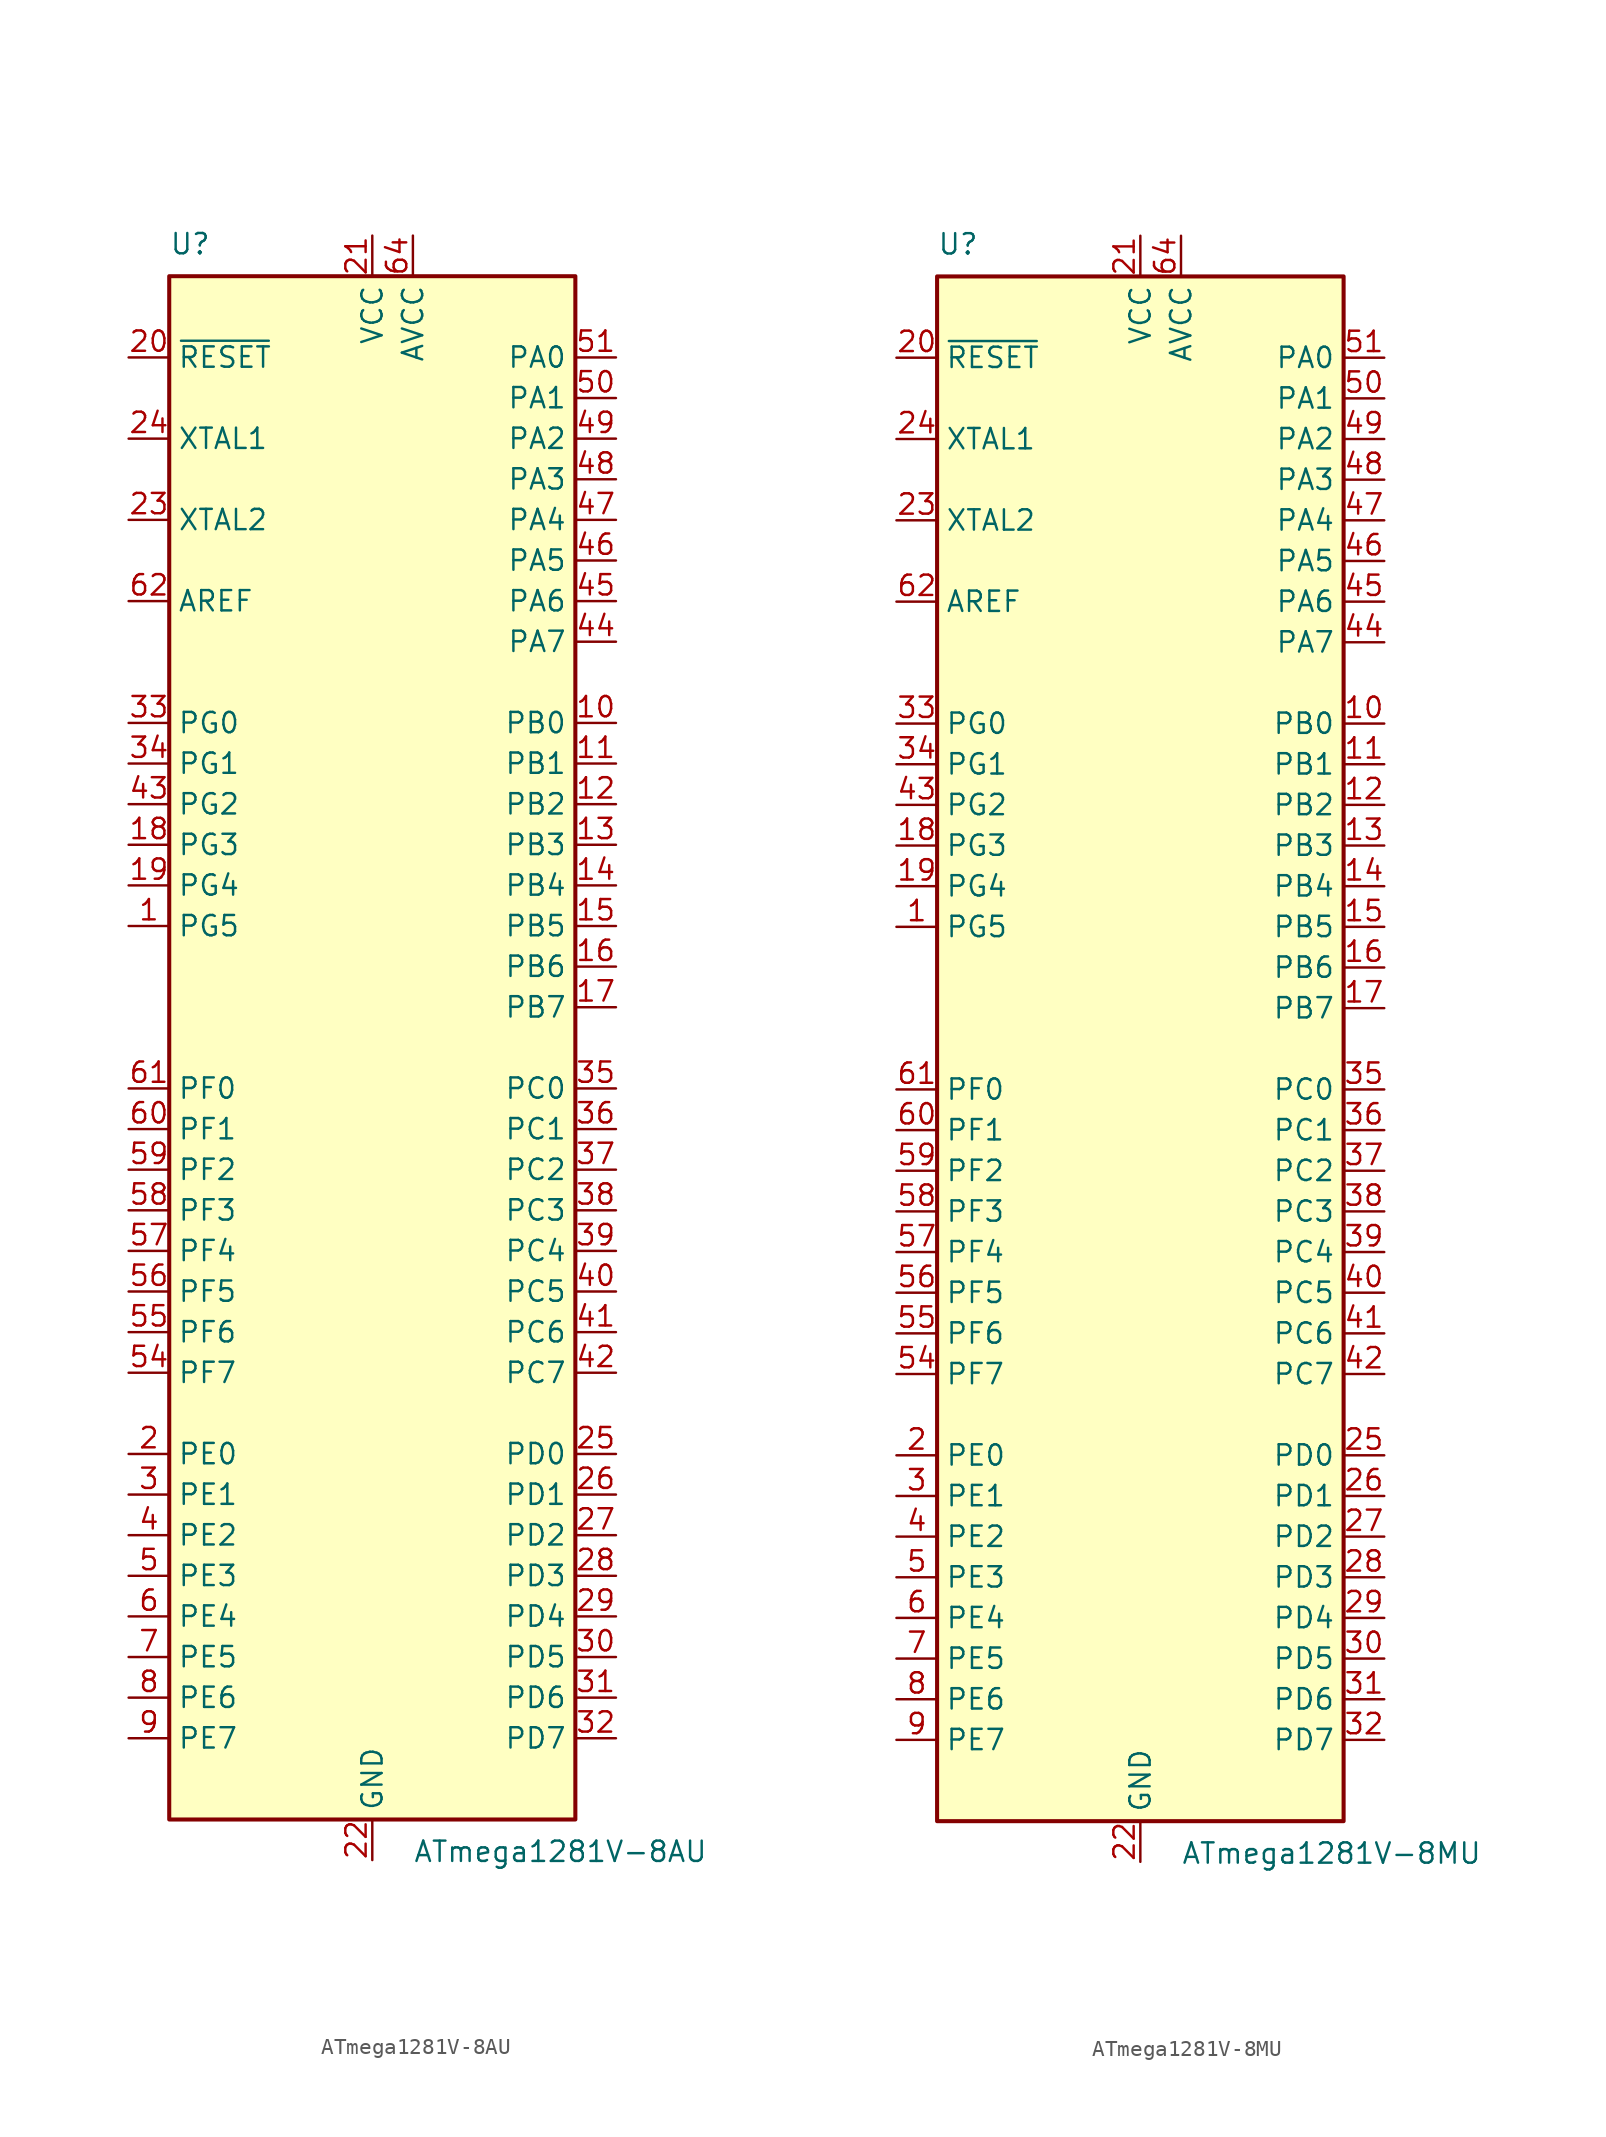
<source format=kicad_sym>
(kicad_symbol_lib
  (version 20211014)
  (generator kicad_symbol_editor)
  (symbol "ATmega1281V-8AU"
    (property "Reference" "U"
      (at -12.7 49.53 0)
      (effects (font (size 1.27 1.27)) (justify left bottom)))
    (property "Value" "ATmega1281V-8AU"
      (at 2.54 -49.53 0)
      (effects (font (size 1.27 1.27)) (justify left top)))
    (symbol "ATmega1281V-8AU_0_1"
      (rectangle (start -12.7 -48.26) (end 12.7 48.26) (stroke (width 0.254) (type default) (color 0 0 0 0)) (fill (type background))))
    (symbol "ATmega1281V-8AU_1_1"
      (pin bidirectional line (at -15.24 7.62 0) (length 2.54) (name "PG5" (effects (font (size 1.27 1.27)))) (number "1" (effects (font (size 1.27 1.27)))))
      (pin bidirectional line (at 15.24 20.32 180) (length 2.54) (name "PB0" (effects (font (size 1.27 1.27)))) (number "10" (effects (font (size 1.27 1.27)))))
      (pin bidirectional line (at 15.24 17.78 180) (length 2.54) (name "PB1" (effects (font (size 1.27 1.27)))) (number "11" (effects (font (size 1.27 1.27)))))
      (pin bidirectional line (at 15.24 15.24 180) (length 2.54) (name "PB2" (effects (font (size 1.27 1.27)))) (number "12" (effects (font (size 1.27 1.27)))))
      (pin bidirectional line (at 15.24 12.7 180) (length 2.54) (name "PB3" (effects (font (size 1.27 1.27)))) (number "13" (effects (font (size 1.27 1.27)))))
      (pin bidirectional line (at 15.24 10.16 180) (length 2.54) (name "PB4" (effects (font (size 1.27 1.27)))) (number "14" (effects (font (size 1.27 1.27)))))
      (pin bidirectional line (at 15.24 7.62 180) (length 2.54) (name "PB5" (effects (font (size 1.27 1.27)))) (number "15" (effects (font (size 1.27 1.27)))))
      (pin bidirectional line (at 15.24 5.08 180) (length 2.54) (name "PB6" (effects (font (size 1.27 1.27)))) (number "16" (effects (font (size 1.27 1.27)))))
      (pin bidirectional line (at 15.24 2.54 180) (length 2.54) (name "PB7" (effects (font (size 1.27 1.27)))) (number "17" (effects (font (size 1.27 1.27)))))
      (pin bidirectional line (at -15.24 12.7 0) (length 2.54) (name "PG3" (effects (font (size 1.27 1.27)))) (number "18" (effects (font (size 1.27 1.27)))))
      (pin bidirectional line (at -15.24 10.16 0) (length 2.54) (name "PG4" (effects (font (size 1.27 1.27)))) (number "19" (effects (font (size 1.27 1.27)))))
      (pin bidirectional line (at -15.24 -25.4 0) (length 2.54) (name "PE0" (effects (font (size 1.27 1.27)))) (number "2" (effects (font (size 1.27 1.27)))))
      (pin input line (at -15.24 43.18 0) (length 2.54) (name "~{RESET}" (effects (font (size 1.27 1.27)))) (number "20" (effects (font (size 1.27 1.27)))))
      (pin power_in line (at 0 50.8 270) (length 2.54) (name "VCC" (effects (font (size 1.27 1.27)))) (number "21" (effects (font (size 1.27 1.27)))))
      (pin power_in line (at 0 -50.8 90) (length 2.54) (name "GND" (effects (font (size 1.27 1.27)))) (number "22" (effects (font (size 1.27 1.27)))))
      (pin output line (at -15.24 33.02 0) (length 2.54) (name "XTAL2" (effects (font (size 1.27 1.27)))) (number "23" (effects (font (size 1.27 1.27)))))
      (pin input line (at -15.24 38.1 0) (length 2.54) (name "XTAL1" (effects (font (size 1.27 1.27)))) (number "24" (effects (font (size 1.27 1.27)))))
      (pin bidirectional line (at 15.24 -25.4 180) (length 2.54) (name "PD0" (effects (font (size 1.27 1.27)))) (number "25" (effects (font (size 1.27 1.27)))))
      (pin bidirectional line (at 15.24 -27.94 180) (length 2.54) (name "PD1" (effects (font (size 1.27 1.27)))) (number "26" (effects (font (size 1.27 1.27)))))
      (pin bidirectional line (at 15.24 -30.48 180) (length 2.54) (name "PD2" (effects (font (size 1.27 1.27)))) (number "27" (effects (font (size 1.27 1.27)))))
      (pin bidirectional line (at 15.24 -33.02 180) (length 2.54) (name "PD3" (effects (font (size 1.27 1.27)))) (number "28" (effects (font (size 1.27 1.27)))))
      (pin bidirectional line (at 15.24 -35.56 180) (length 2.54) (name "PD4" (effects (font (size 1.27 1.27)))) (number "29" (effects (font (size 1.27 1.27)))))
      (pin bidirectional line (at -15.24 -27.94 0) (length 2.54) (name "PE1" (effects (font (size 1.27 1.27)))) (number "3" (effects (font (size 1.27 1.27)))))
      (pin bidirectional line (at 15.24 -38.1 180) (length 2.54) (name "PD5" (effects (font (size 1.27 1.27)))) (number "30" (effects (font (size 1.27 1.27)))))
      (pin bidirectional line (at 15.24 -40.64 180) (length 2.54) (name "PD6" (effects (font (size 1.27 1.27)))) (number "31" (effects (font (size 1.27 1.27)))))
      (pin bidirectional line (at 15.24 -43.18 180) (length 2.54) (name "PD7" (effects (font (size 1.27 1.27)))) (number "32" (effects (font (size 1.27 1.27)))))
      (pin bidirectional line (at -15.24 20.32 0) (length 2.54) (name "PG0" (effects (font (size 1.27 1.27)))) (number "33" (effects (font (size 1.27 1.27)))))
      (pin bidirectional line (at -15.24 17.78 0) (length 2.54) (name "PG1" (effects (font (size 1.27 1.27)))) (number "34" (effects (font (size 1.27 1.27)))))
      (pin bidirectional line (at 15.24 -2.54 180) (length 2.54) (name "PC0" (effects (font (size 1.27 1.27)))) (number "35" (effects (font (size 1.27 1.27)))))
      (pin bidirectional line (at 15.24 -5.08 180) (length 2.54) (name "PC1" (effects (font (size 1.27 1.27)))) (number "36" (effects (font (size 1.27 1.27)))))
      (pin bidirectional line (at 15.24 -7.62 180) (length 2.54) (name "PC2" (effects (font (size 1.27 1.27)))) (number "37" (effects (font (size 1.27 1.27)))))
      (pin bidirectional line (at 15.24 -10.16 180) (length 2.54) (name "PC3" (effects (font (size 1.27 1.27)))) (number "38" (effects (font (size 1.27 1.27)))))
      (pin bidirectional line (at 15.24 -12.7 180) (length 2.54) (name "PC4" (effects (font (size 1.27 1.27)))) (number "39" (effects (font (size 1.27 1.27)))))
      (pin bidirectional line (at -15.24 -30.48 0) (length 2.54) (name "PE2" (effects (font (size 1.27 1.27)))) (number "4" (effects (font (size 1.27 1.27)))))
      (pin bidirectional line (at 15.24 -15.24 180) (length 2.54) (name "PC5" (effects (font (size 1.27 1.27)))) (number "40" (effects (font (size 1.27 1.27)))))
      (pin bidirectional line (at 15.24 -17.78 180) (length 2.54) (name "PC6" (effects (font (size 1.27 1.27)))) (number "41" (effects (font (size 1.27 1.27)))))
      (pin bidirectional line (at 15.24 -20.32 180) (length 2.54) (name "PC7" (effects (font (size 1.27 1.27)))) (number "42" (effects (font (size 1.27 1.27)))))
      (pin bidirectional line (at -15.24 15.24 0) (length 2.54) (name "PG2" (effects (font (size 1.27 1.27)))) (number "43" (effects (font (size 1.27 1.27)))))
      (pin bidirectional line (at 15.24 25.4 180) (length 2.54) (name "PA7" (effects (font (size 1.27 1.27)))) (number "44" (effects (font (size 1.27 1.27)))))
      (pin bidirectional line (at 15.24 27.94 180) (length 2.54) (name "PA6" (effects (font (size 1.27 1.27)))) (number "45" (effects (font (size 1.27 1.27)))))
      (pin bidirectional line (at 15.24 30.48 180) (length 2.54) (name "PA5" (effects (font (size 1.27 1.27)))) (number "46" (effects (font (size 1.27 1.27)))))
      (pin bidirectional line (at 15.24 33.02 180) (length 2.54) (name "PA4" (effects (font (size 1.27 1.27)))) (number "47" (effects (font (size 1.27 1.27)))))
      (pin bidirectional line (at 15.24 35.56 180) (length 2.54) (name "PA3" (effects (font (size 1.27 1.27)))) (number "48" (effects (font (size 1.27 1.27)))))
      (pin bidirectional line (at 15.24 38.1 180) (length 2.54) (name "PA2" (effects (font (size 1.27 1.27)))) (number "49" (effects (font (size 1.27 1.27)))))
      (pin bidirectional line (at -15.24 -33.02 0) (length 2.54) (name "PE3" (effects (font (size 1.27 1.27)))) (number "5" (effects (font (size 1.27 1.27)))))
      (pin bidirectional line (at 15.24 40.64 180) (length 2.54) (name "PA1" (effects (font (size 1.27 1.27)))) (number "50" (effects (font (size 1.27 1.27)))))
      (pin bidirectional line (at 15.24 43.18 180) (length 2.54) (name "PA0" (effects (font (size 1.27 1.27)))) (number "51" (effects (font (size 1.27 1.27)))))
      (pin passive line (at 0 50.8 270) (length 2.54) hide (name "VCC" (effects (font (size 1.27 1.27)))) (number "52" (effects (font (size 1.27 1.27)))))
      (pin passive line (at 0 -50.8 90) (length 2.54) hide (name "GND" (effects (font (size 1.27 1.27)))) (number "53" (effects (font (size 1.27 1.27)))))
      (pin bidirectional line (at -15.24 -20.32 0) (length 2.54) (name "PF7" (effects (font (size 1.27 1.27)))) (number "54" (effects (font (size 1.27 1.27)))))
      (pin bidirectional line (at -15.24 -17.78 0) (length 2.54) (name "PF6" (effects (font (size 1.27 1.27)))) (number "55" (effects (font (size 1.27 1.27)))))
      (pin bidirectional line (at -15.24 -15.24 0) (length 2.54) (name "PF5" (effects (font (size 1.27 1.27)))) (number "56" (effects (font (size 1.27 1.27)))))
      (pin bidirectional line (at -15.24 -12.7 0) (length 2.54) (name "PF4" (effects (font (size 1.27 1.27)))) (number "57" (effects (font (size 1.27 1.27)))))
      (pin bidirectional line (at -15.24 -10.16 0) (length 2.54) (name "PF3" (effects (font (size 1.27 1.27)))) (number "58" (effects (font (size 1.27 1.27)))))
      (pin bidirectional line (at -15.24 -7.62 0) (length 2.54) (name "PF2" (effects (font (size 1.27 1.27)))) (number "59" (effects (font (size 1.27 1.27)))))
      (pin bidirectional line (at -15.24 -35.56 0) (length 2.54) (name "PE4" (effects (font (size 1.27 1.27)))) (number "6" (effects (font (size 1.27 1.27)))))
      (pin bidirectional line (at -15.24 -5.08 0) (length 2.54) (name "PF1" (effects (font (size 1.27 1.27)))) (number "60" (effects (font (size 1.27 1.27)))))
      (pin bidirectional line (at -15.24 -2.54 0) (length 2.54) (name "PF0" (effects (font (size 1.27 1.27)))) (number "61" (effects (font (size 1.27 1.27)))))
      (pin passive line (at -15.24 27.94 0) (length 2.54) (name "AREF" (effects (font (size 1.27 1.27)))) (number "62" (effects (font (size 1.27 1.27)))))
      (pin passive line (at 0 -50.8 90) (length 2.54) hide (name "GND" (effects (font (size 1.27 1.27)))) (number "63" (effects (font (size 1.27 1.27)))))
      (pin power_in line (at 2.54 50.8 270) (length 2.54) (name "AVCC" (effects (font (size 1.27 1.27)))) (number "64" (effects (font (size 1.27 1.27)))))
      (pin bidirectional line (at -15.24 -38.1 0) (length 2.54) (name "PE5" (effects (font (size 1.27 1.27)))) (number "7" (effects (font (size 1.27 1.27)))))
      (pin bidirectional line (at -15.24 -40.64 0) (length 2.54) (name "PE6" (effects (font (size 1.27 1.27)))) (number "8" (effects (font (size 1.27 1.27)))))
      (pin bidirectional line (at -15.24 -43.18 0) (length 2.54) (name "PE7" (effects (font (size 1.27 1.27)))) (number "9" (effects (font (size 1.27 1.27)))))))
  (symbol "ATmega1281V-8MU"
    (property "Reference" "U"
      (at -12.7 49.53 0)
      (effects (font (size 1.27 1.27)) (justify left bottom)))
    (property "Value" "ATmega1281V-8MU"
      (at 2.54 -49.53 0)
      (effects (font (size 1.27 1.27)) (justify left top)))
    (symbol "ATmega1281V-8MU_0_1"
      (rectangle (start -12.7 -48.26) (end 12.7 48.26) (stroke (width 0.254) (type default) (color 0 0 0 0)) (fill (type background))))
    (symbol "ATmega1281V-8MU_1_1"
      (pin bidirectional line (at -15.24 7.62 0) (length 2.54) (name "PG5" (effects (font (size 1.27 1.27)))) (number "1" (effects (font (size 1.27 1.27)))))
      (pin bidirectional line (at 15.24 20.32 180) (length 2.54) (name "PB0" (effects (font (size 1.27 1.27)))) (number "10" (effects (font (size 1.27 1.27)))))
      (pin bidirectional line (at 15.24 17.78 180) (length 2.54) (name "PB1" (effects (font (size 1.27 1.27)))) (number "11" (effects (font (size 1.27 1.27)))))
      (pin bidirectional line (at 15.24 15.24 180) (length 2.54) (name "PB2" (effects (font (size 1.27 1.27)))) (number "12" (effects (font (size 1.27 1.27)))))
      (pin bidirectional line (at 15.24 12.7 180) (length 2.54) (name "PB3" (effects (font (size 1.27 1.27)))) (number "13" (effects (font (size 1.27 1.27)))))
      (pin bidirectional line (at 15.24 10.16 180) (length 2.54) (name "PB4" (effects (font (size 1.27 1.27)))) (number "14" (effects (font (size 1.27 1.27)))))
      (pin bidirectional line (at 15.24 7.62 180) (length 2.54) (name "PB5" (effects (font (size 1.27 1.27)))) (number "15" (effects (font (size 1.27 1.27)))))
      (pin bidirectional line (at 15.24 5.08 180) (length 2.54) (name "PB6" (effects (font (size 1.27 1.27)))) (number "16" (effects (font (size 1.27 1.27)))))
      (pin bidirectional line (at 15.24 2.54 180) (length 2.54) (name "PB7" (effects (font (size 1.27 1.27)))) (number "17" (effects (font (size 1.27 1.27)))))
      (pin bidirectional line (at -15.24 12.7 0) (length 2.54) (name "PG3" (effects (font (size 1.27 1.27)))) (number "18" (effects (font (size 1.27 1.27)))))
      (pin bidirectional line (at -15.24 10.16 0) (length 2.54) (name "PG4" (effects (font (size 1.27 1.27)))) (number "19" (effects (font (size 1.27 1.27)))))
      (pin bidirectional line (at -15.24 -25.4 0) (length 2.54) (name "PE0" (effects (font (size 1.27 1.27)))) (number "2" (effects (font (size 1.27 1.27)))))
      (pin input line (at -15.24 43.18 0) (length 2.54) (name "~{RESET}" (effects (font (size 1.27 1.27)))) (number "20" (effects (font (size 1.27 1.27)))))
      (pin power_in line (at 0 50.8 270) (length 2.54) (name "VCC" (effects (font (size 1.27 1.27)))) (number "21" (effects (font (size 1.27 1.27)))))
      (pin power_in line (at 0 -50.8 90) (length 2.54) (name "GND" (effects (font (size 1.27 1.27)))) (number "22" (effects (font (size 1.27 1.27)))))
      (pin output line (at -15.24 33.02 0) (length 2.54) (name "XTAL2" (effects (font (size 1.27 1.27)))) (number "23" (effects (font (size 1.27 1.27)))))
      (pin input line (at -15.24 38.1 0) (length 2.54) (name "XTAL1" (effects (font (size 1.27 1.27)))) (number "24" (effects (font (size 1.27 1.27)))))
      (pin bidirectional line (at 15.24 -25.4 180) (length 2.54) (name "PD0" (effects (font (size 1.27 1.27)))) (number "25" (effects (font (size 1.27 1.27)))))
      (pin bidirectional line (at 15.24 -27.94 180) (length 2.54) (name "PD1" (effects (font (size 1.27 1.27)))) (number "26" (effects (font (size 1.27 1.27)))))
      (pin bidirectional line (at 15.24 -30.48 180) (length 2.54) (name "PD2" (effects (font (size 1.27 1.27)))) (number "27" (effects (font (size 1.27 1.27)))))
      (pin bidirectional line (at 15.24 -33.02 180) (length 2.54) (name "PD3" (effects (font (size 1.27 1.27)))) (number "28" (effects (font (size 1.27 1.27)))))
      (pin bidirectional line (at 15.24 -35.56 180) (length 2.54) (name "PD4" (effects (font (size 1.27 1.27)))) (number "29" (effects (font (size 1.27 1.27)))))
      (pin bidirectional line (at -15.24 -27.94 0) (length 2.54) (name "PE1" (effects (font (size 1.27 1.27)))) (number "3" (effects (font (size 1.27 1.27)))))
      (pin bidirectional line (at 15.24 -38.1 180) (length 2.54) (name "PD5" (effects (font (size 1.27 1.27)))) (number "30" (effects (font (size 1.27 1.27)))))
      (pin bidirectional line (at 15.24 -40.64 180) (length 2.54) (name "PD6" (effects (font (size 1.27 1.27)))) (number "31" (effects (font (size 1.27 1.27)))))
      (pin bidirectional line (at 15.24 -43.18 180) (length 2.54) (name "PD7" (effects (font (size 1.27 1.27)))) (number "32" (effects (font (size 1.27 1.27)))))
      (pin bidirectional line (at -15.24 20.32 0) (length 2.54) (name "PG0" (effects (font (size 1.27 1.27)))) (number "33" (effects (font (size 1.27 1.27)))))
      (pin bidirectional line (at -15.24 17.78 0) (length 2.54) (name "PG1" (effects (font (size 1.27 1.27)))) (number "34" (effects (font (size 1.27 1.27)))))
      (pin bidirectional line (at 15.24 -2.54 180) (length 2.54) (name "PC0" (effects (font (size 1.27 1.27)))) (number "35" (effects (font (size 1.27 1.27)))))
      (pin bidirectional line (at 15.24 -5.08 180) (length 2.54) (name "PC1" (effects (font (size 1.27 1.27)))) (number "36" (effects (font (size 1.27 1.27)))))
      (pin bidirectional line (at 15.24 -7.62 180) (length 2.54) (name "PC2" (effects (font (size 1.27 1.27)))) (number "37" (effects (font (size 1.27 1.27)))))
      (pin bidirectional line (at 15.24 -10.16 180) (length 2.54) (name "PC3" (effects (font (size 1.27 1.27)))) (number "38" (effects (font (size 1.27 1.27)))))
      (pin bidirectional line (at 15.24 -12.7 180) (length 2.54) (name "PC4" (effects (font (size 1.27 1.27)))) (number "39" (effects (font (size 1.27 1.27)))))
      (pin bidirectional line (at -15.24 -30.48 0) (length 2.54) (name "PE2" (effects (font (size 1.27 1.27)))) (number "4" (effects (font (size 1.27 1.27)))))
      (pin bidirectional line (at 15.24 -15.24 180) (length 2.54) (name "PC5" (effects (font (size 1.27 1.27)))) (number "40" (effects (font (size 1.27 1.27)))))
      (pin bidirectional line (at 15.24 -17.78 180) (length 2.54) (name "PC6" (effects (font (size 1.27 1.27)))) (number "41" (effects (font (size 1.27 1.27)))))
      (pin bidirectional line (at 15.24 -20.32 180) (length 2.54) (name "PC7" (effects (font (size 1.27 1.27)))) (number "42" (effects (font (size 1.27 1.27)))))
      (pin bidirectional line (at -15.24 15.24 0) (length 2.54) (name "PG2" (effects (font (size 1.27 1.27)))) (number "43" (effects (font (size 1.27 1.27)))))
      (pin bidirectional line (at 15.24 25.4 180) (length 2.54) (name "PA7" (effects (font (size 1.27 1.27)))) (number "44" (effects (font (size 1.27 1.27)))))
      (pin bidirectional line (at 15.24 27.94 180) (length 2.54) (name "PA6" (effects (font (size 1.27 1.27)))) (number "45" (effects (font (size 1.27 1.27)))))
      (pin bidirectional line (at 15.24 30.48 180) (length 2.54) (name "PA5" (effects (font (size 1.27 1.27)))) (number "46" (effects (font (size 1.27 1.27)))))
      (pin bidirectional line (at 15.24 33.02 180) (length 2.54) (name "PA4" (effects (font (size 1.27 1.27)))) (number "47" (effects (font (size 1.27 1.27)))))
      (pin bidirectional line (at 15.24 35.56 180) (length 2.54) (name "PA3" (effects (font (size 1.27 1.27)))) (number "48" (effects (font (size 1.27 1.27)))))
      (pin bidirectional line (at 15.24 38.1 180) (length 2.54) (name "PA2" (effects (font (size 1.27 1.27)))) (number "49" (effects (font (size 1.27 1.27)))))
      (pin bidirectional line (at -15.24 -33.02 0) (length 2.54) (name "PE3" (effects (font (size 1.27 1.27)))) (number "5" (effects (font (size 1.27 1.27)))))
      (pin bidirectional line (at 15.24 40.64 180) (length 2.54) (name "PA1" (effects (font (size 1.27 1.27)))) (number "50" (effects (font (size 1.27 1.27)))))
      (pin bidirectional line (at 15.24 43.18 180) (length 2.54) (name "PA0" (effects (font (size 1.27 1.27)))) (number "51" (effects (font (size 1.27 1.27)))))
      (pin passive line (at 0 50.8 270) (length 2.54) hide (name "VCC" (effects (font (size 1.27 1.27)))) (number "52" (effects (font (size 1.27 1.27)))))
      (pin passive line (at 0 -50.8 90) (length 2.54) hide (name "GND" (effects (font (size 1.27 1.27)))) (number "53" (effects (font (size 1.27 1.27)))))
      (pin bidirectional line (at -15.24 -20.32 0) (length 2.54) (name "PF7" (effects (font (size 1.27 1.27)))) (number "54" (effects (font (size 1.27 1.27)))))
      (pin bidirectional line (at -15.24 -17.78 0) (length 2.54) (name "PF6" (effects (font (size 1.27 1.27)))) (number "55" (effects (font (size 1.27 1.27)))))
      (pin bidirectional line (at -15.24 -15.24 0) (length 2.54) (name "PF5" (effects (font (size 1.27 1.27)))) (number "56" (effects (font (size 1.27 1.27)))))
      (pin bidirectional line (at -15.24 -12.7 0) (length 2.54) (name "PF4" (effects (font (size 1.27 1.27)))) (number "57" (effects (font (size 1.27 1.27)))))
      (pin bidirectional line (at -15.24 -10.16 0) (length 2.54) (name "PF3" (effects (font (size 1.27 1.27)))) (number "58" (effects (font (size 1.27 1.27)))))
      (pin bidirectional line (at -15.24 -7.62 0) (length 2.54) (name "PF2" (effects (font (size 1.27 1.27)))) (number "59" (effects (font (size 1.27 1.27)))))
      (pin bidirectional line (at -15.24 -35.56 0) (length 2.54) (name "PE4" (effects (font (size 1.27 1.27)))) (number "6" (effects (font (size 1.27 1.27)))))
      (pin bidirectional line (at -15.24 -5.08 0) (length 2.54) (name "PF1" (effects (font (size 1.27 1.27)))) (number "60" (effects (font (size 1.27 1.27)))))
      (pin bidirectional line (at -15.24 -2.54 0) (length 2.54) (name "PF0" (effects (font (size 1.27 1.27)))) (number "61" (effects (font (size 1.27 1.27)))))
      (pin passive line (at -15.24 27.94 0) (length 2.54) (name "AREF" (effects (font (size 1.27 1.27)))) (number "62" (effects (font (size 1.27 1.27)))))
      (pin passive line (at 0 -50.8 90) (length 2.54) hide (name "GND" (effects (font (size 1.27 1.27)))) (number "63" (effects (font (size 1.27 1.27)))))
      (pin power_in line (at 2.54 50.8 270) (length 2.54) (name "AVCC" (effects (font (size 1.27 1.27)))) (number "64" (effects (font (size 1.27 1.27)))))
      (pin passive line (at 0 -50.8 90) (length 2.54) hide (name "GND" (effects (font (size 1.27 1.27)))) (number "65" (effects (font (size 1.27 1.27)))))
      (pin bidirectional line (at -15.24 -38.1 0) (length 2.54) (name "PE5" (effects (font (size 1.27 1.27)))) (number "7" (effects (font (size 1.27 1.27)))))
      (pin bidirectional line (at -15.24 -40.64 0) (length 2.54) (name "PE6" (effects (font (size 1.27 1.27)))) (number "8" (effects (font (size 1.27 1.27)))))
      (pin bidirectional line (at -15.24 -43.18 0) (length 2.54) (name "PE7" (effects (font (size 1.27 1.27)))) (number "9" (effects (font (size 1.27 1.27))))))))
</source>
